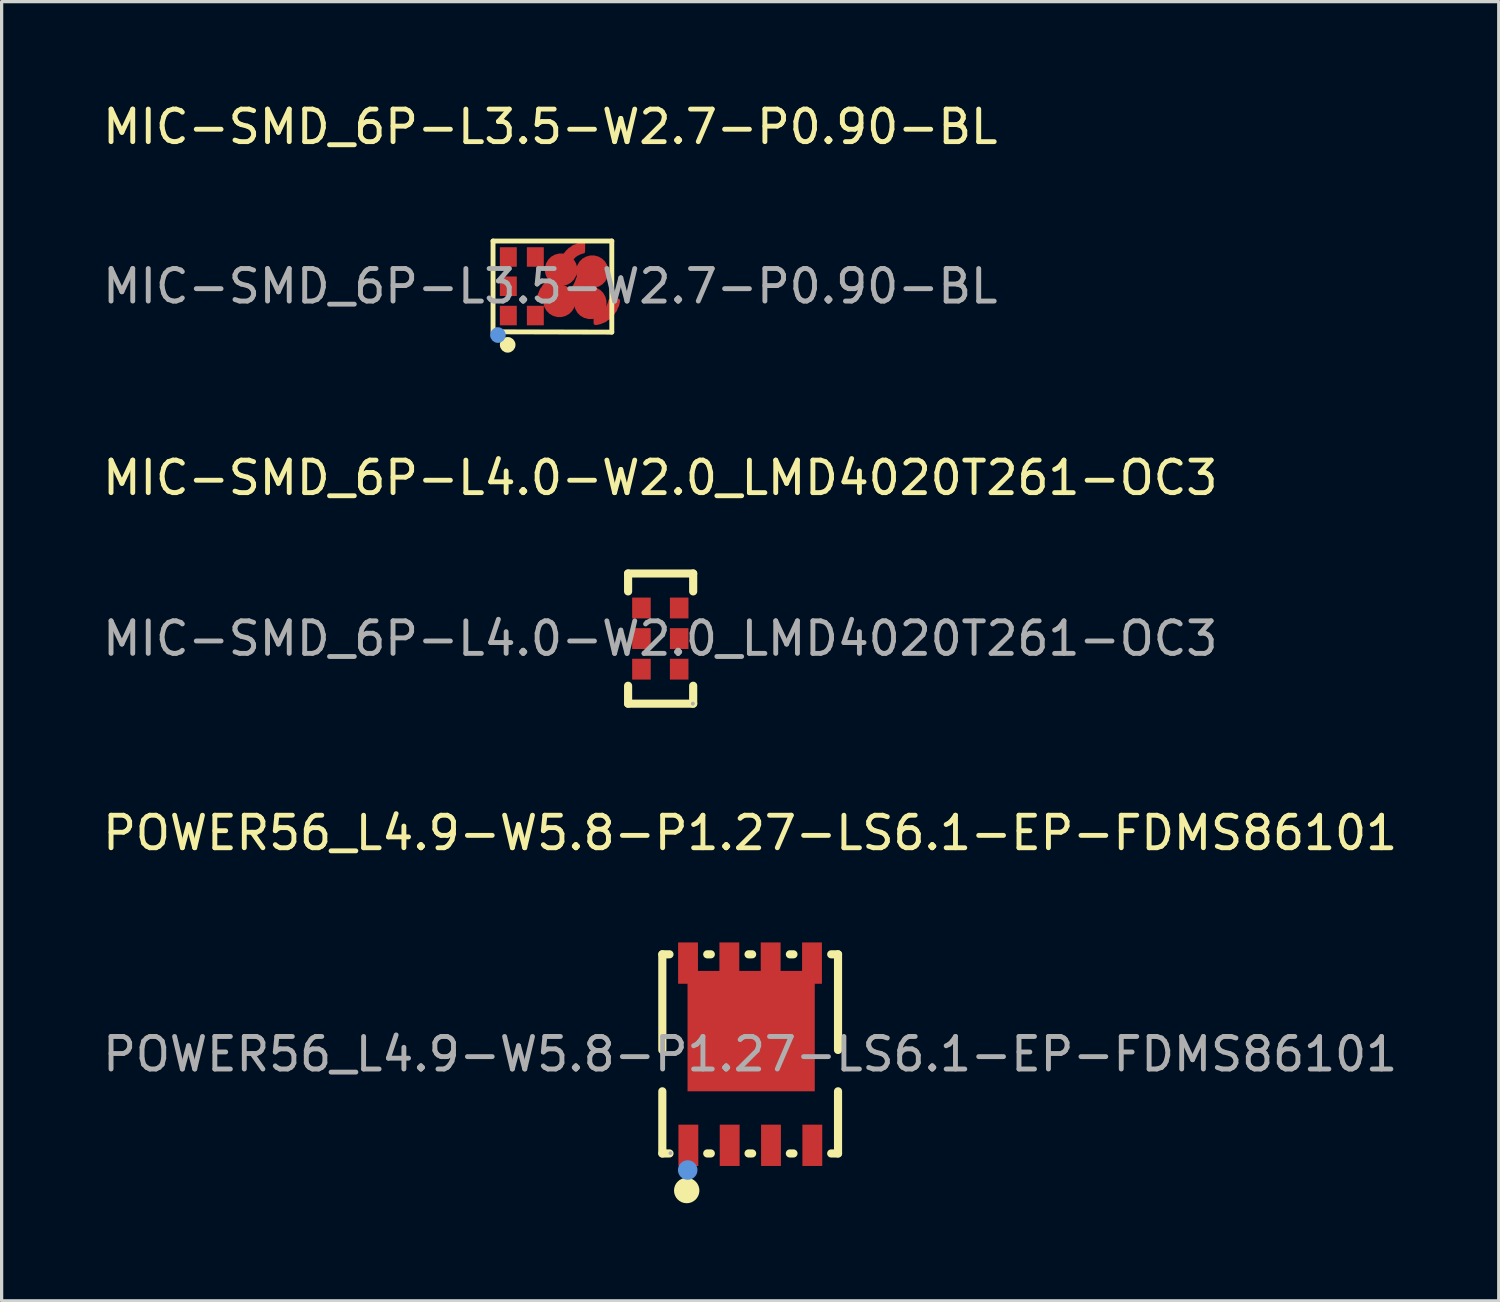
<source format=kicad_pcb>
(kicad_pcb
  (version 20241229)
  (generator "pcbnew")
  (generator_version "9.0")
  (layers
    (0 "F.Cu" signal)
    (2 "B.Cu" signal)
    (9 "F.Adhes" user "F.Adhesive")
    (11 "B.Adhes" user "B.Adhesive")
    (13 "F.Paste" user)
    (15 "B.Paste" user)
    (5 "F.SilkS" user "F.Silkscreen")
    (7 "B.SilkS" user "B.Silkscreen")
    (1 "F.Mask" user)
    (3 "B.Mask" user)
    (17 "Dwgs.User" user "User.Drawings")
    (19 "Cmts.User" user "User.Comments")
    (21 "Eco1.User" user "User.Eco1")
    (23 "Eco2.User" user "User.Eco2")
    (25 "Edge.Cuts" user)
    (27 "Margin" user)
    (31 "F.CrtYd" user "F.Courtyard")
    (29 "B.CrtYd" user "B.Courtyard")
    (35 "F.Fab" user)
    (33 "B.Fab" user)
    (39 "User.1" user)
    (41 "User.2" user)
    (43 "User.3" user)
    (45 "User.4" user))
  (footprint "MIC-SMD_6P-L4.0-W2.0_LMD4020T261-OC3"
    (layer "F.Cu")
    (at 17.244 16.576)
    (property "Reference" "MIC-SMD_6P-L4.0-W2.0_LMD4020T261-OC3" (at 0 -4.94 0) (layer "F.SilkS") (effects (font (size 1 1) (thickness 0.15))))
    (attr smd)
    (fp_line (start -0.99 -2) (end -0.99 -1.45) (stroke (width 0.25) (type solid)) (layer "F.SilkS"))
    (fp_line (start -0.99 -2) (end 1.01 -2) (stroke (width 0.25) (type solid)) (layer "F.SilkS"))
    (fp_line (start -0.99 2) (end -0.99 1.45) (stroke (width 0.25) (type solid)) (layer "F.SilkS"))
    (fp_line (start 1.01 -2) (end 1.01 -1.45) (stroke (width 0.25) (type solid)) (layer "F.SilkS"))
    (fp_line (start 1.01 1.45) (end 1.01 2) (stroke (width 0.25) (type solid)) (layer "F.SilkS"))
    (fp_line (start 1.01 2) (end -0.99 2) (stroke (width 0.25) (type solid)) (layer "F.SilkS"))
    (fp_circle (center 1 2) (end 1.03 2) (stroke (width 0.06) (type solid)) (fill no) (layer "F.Fab"))
    (fp_text user "${REFERENCE}" (at 0 0 0) (layer "F.Fab") (effects (font (size 1 1) (thickness 0.15))))
    (pad "1" smd rect (at 0.58 0.94) (size 0.57 0.64) (layers "F.Cu" "F.Mask" "F.Paste"))
    (pad "2" smd rect (at 0.58 0) (size 0.57 0.64) (layers "F.Cu" "F.Mask" "F.Paste"))
    (pad "3" smd rect (at 0.58 -0.94) (size 0.57 0.64) (layers "F.Cu" "F.Mask" "F.Paste"))
    (pad "4" smd rect (at -0.58 -0.94) (size 0.57 0.64) (layers "F.Cu" "F.Mask" "F.Paste"))
    (pad "5" smd rect (at -0.58 0) (size 0.57 0.64) (layers "F.Cu" "F.Mask" "F.Paste"))
    (pad "6" smd rect (at -0.58 0.94) (size 0.57 0.64) (layers "F.Cu" "F.Mask" "F.Paste")))
  (footprint "MIC-SMD_6P-L3.5-W2.7-P0.90-BL"
    (layer "F.Cu")
    (at 13.863 5.748)
    (property "Reference" "MIC-SMD_6P-L3.5-W2.7-P0.90-BL" (at 0 -4.9 0) (layer "F.SilkS") (effects (font (size 1 1) (thickness 0.15))))
    (attr smd)
    (fp_line (start -1.76 -1.39) (end -1.76 1.41) (stroke (width 0.15) (type solid)) (layer "F.SilkS"))
    (fp_line (start -1.76 -1.39) (end 1.89 -1.39) (stroke (width 0.15) (type solid)) (layer "F.SilkS"))
    (fp_line (start 1.89 -1.39) (end 1.89 1.41) (stroke (width 0.15) (type solid)) (layer "F.SilkS"))
    (fp_line (start 1.89 1.41) (end -1.71 1.4) (stroke (width 0.15) (type solid)) (layer "F.SilkS"))
    (fp_circle (center -1.31 1.8) (end -1.19 1.8) (stroke (width 0.24) (type solid)) (fill no) (layer "F.SilkS"))
    (fp_circle (center -1.61 1.5) (end -1.49 1.5) (stroke (width 0.24) (type solid)) (fill no) (layer "Cmts.User"))
    (fp_circle (center -1.67 1.33) (end -1.64 1.33) (stroke (width 0.06) (type solid)) (fill no) (layer "F.Fab"))
    (fp_text user "${REFERENCE}" (at 0 0 0) (layer "F.Fab") (effects (font (size 1 1) (thickness 0.15))))
    (pad "1" smd rect (at -1.29 0.9 90) (size 0.6 0.52) (layers "F.Cu" "F.Mask" "F.Paste"))
    (pad "2" smd rect (at -0.46 0.9 90) (size 0.6 0.52) (layers "F.Cu" "F.Mask" "F.Paste"))
    (pad "3" smd custom (at 0.28 0.45 90) (size 1 1) (layers "F.Cu" "F.Mask" "F.Paste") (options (anchor circle)) (primitives (gr_poly (pts (xy 0.69 0.81) (xy 0.69 0.56) (xy 0.65 0.55) (xy 0.62 0.54) (xy 0.59 0.53) (xy 0.56 0.52) (xy 0.53 0.5) (xy 0.5 0.49) (xy 0.47 0.47) (xy 0.44 0.45) (xy 0.41 0.43) (xy 0.39 0.4) (xy 0.36 0.38) (xy 0.34 0.35) (xy 0.32 0.32) (xy 0.3 0.29) (xy 0.29 0.26) (xy 0.27 0.23) (xy 0.26 0.2) (xy 0.25 0.17) (xy 0.24 0.14) (xy 0.23 0.1) (xy -0.02 0.1) (xy -0.02 0.14) (xy -0.01 0.19) (xy 0 0.23) (xy 0.02 0.27) (xy 0.03 0.3) (xy 0.05 0.34) (xy 0.06 0.38) (xy 0.08 0.42) (xy 0.11 0.45) (xy 0.13 0.49) (xy 0.16 0.52) (xy 0.18 0.55) (xy 0.21 0.58) (xy 0.24 0.61) (xy 0.27 0.64) (xy 0.31 0.66) (xy 0.34 0.68) (xy 0.37 0.71) (xy 0.41 0.73) (xy 0.45 0.74) (xy 0.49 0.76) (xy 0.53 0.78) (xy 0.56 0.79) (xy 0.61 0.8) (xy 0.65 0.81) (xy 0.69 0.81)) (width 0.1) (fill yes))))
    (pad "3" smd custom (at 0.33 -0.51) (size 1 1) (layers "F.Cu" "F.Mask" "F.Paste") (options (anchor circle)) (primitives (gr_poly (pts (xy -0.02 -0.09) (xy 0.23 -0.09) (xy 0.24 -0.13) (xy 0.25 -0.16) (xy 0.26 -0.19) (xy 0.27 -0.22) (xy 0.29 -0.25) (xy 0.3 -0.28) (xy 0.32 -0.31) (xy 0.34 -0.34) (xy 0.36 -0.37) (xy 0.39 -0.39) (xy 0.41 -0.42) (xy 0.44 -0.44) (xy 0.47 -0.46) (xy 0.5 -0.48) (xy 0.53 -0.49) (xy 0.56 -0.51) (xy 0.59 -0.52) (xy 0.62 -0.53) (xy 0.65 -0.54) (xy 0.69 -0.55) (xy 0.69 -0.8) (xy 0.65 -0.8) (xy 0.61 -0.79) (xy 0.56 -0.78) (xy 0.53 -0.77) (xy 0.49 -0.75) (xy 0.45 -0.73) (xy 0.41 -0.72) (xy 0.37 -0.7) (xy 0.34 -0.67) (xy 0.31 -0.65) (xy 0.27 -0.63) (xy 0.24 -0.6) (xy 0.21 -0.57) (xy 0.18 -0.54) (xy 0.16 -0.51) (xy 0.13 -0.48) (xy 0.11 -0.44) (xy 0.08 -0.41) (xy 0.06 -0.37) (xy 0.05 -0.33) (xy 0.03 -0.29) (xy 0.02 -0.26) (xy 0 -0.22) (xy -0.01 -0.18) (xy -0.02 -0.13) (xy -0.02 -0.09)) (width 0.1) (fill yes))))
    (pad "3" smd custom (at 1.23 0.51 180) (size 1 1) (layers "F.Cu" "F.Mask" "F.Paste") (options (anchor circle)) (primitives (gr_poly (pts (xy 1.59 0.1) (xy 1.34 0.1) (xy 1.33 0.14) (xy 1.32 0.17) (xy 1.31 0.2) (xy 1.3 0.23) (xy 1.28 0.26) (xy 1.27 0.29) (xy 1.25 0.32) (xy 1.23 0.35) (xy 1.21 0.38) (xy 1.18 0.4) (xy 1.16 0.43) (xy 1.13 0.45) (xy 1.1 0.47) (xy 1.08 0.49) (xy 1.05 0.5) (xy 1.01 0.52) (xy 0.98 0.53) (xy 0.95 0.54) (xy 0.92 0.55) (xy 0.88 0.56) (xy 0.88 0.81) (xy 0.93 0.81) (xy 0.97 0.8) (xy 1.01 0.79) (xy 1.05 0.78) (xy 1.08 0.76) (xy 1.12 0.74) (xy 1.16 0.73) (xy 1.2 0.71) (xy 1.23 0.68) (xy 1.27 0.66) (xy 1.3 0.64) (xy 1.33 0.61) (xy 1.36 0.58) (xy 1.39 0.55) (xy 1.42 0.52) (xy 1.44 0.49) (xy 1.46 0.45) (xy 1.49 0.42) (xy 1.51 0.38) (xy 1.53 0.34) (xy 1.54 0.3) (xy 1.56 0.27) (xy 1.57 0.23) (xy 1.58 0.19) (xy 1.59 0.14) (xy 1.59 0.1)) (width 0.1) (fill yes))))
    (pad "3" smd custom (at 1.29 -0.45 270) (size 1 1) (layers "F.Cu" "F.Mask" "F.Paste") (options (anchor circle)) (primitives (gr_poly (pts (xy 0.88 -0.8) (xy 0.88 -0.55) (xy 0.92 -0.54) (xy 0.95 -0.53) (xy 0.98 -0.52) (xy 1.01 -0.51) (xy 1.05 -0.49) (xy 1.08 -0.48) (xy 1.1 -0.46) (xy 1.13 -0.44) (xy 1.16 -0.42) (xy 1.18 -0.39) (xy 1.21 -0.37) (xy 1.23 -0.34) (xy 1.25 -0.31) (xy 1.27 -0.28) (xy 1.28 -0.25) (xy 1.3 -0.22) (xy 1.31 -0.19) (xy 1.32 -0.16) (xy 1.33 -0.13) (xy 1.34 -0.09) (xy 1.59 -0.09) (xy 1.59 -0.13) (xy 1.58 -0.18) (xy 1.57 -0.22) (xy 1.56 -0.26) (xy 1.54 -0.29) (xy 1.53 -0.33) (xy 1.51 -0.37) (xy 1.49 -0.41) (xy 1.46 -0.44) (xy 1.44 -0.48) (xy 1.42 -0.51) (xy 1.39 -0.54) (xy 1.36 -0.57) (xy 1.33 -0.6) (xy 1.3 -0.63) (xy 1.27 -0.65) (xy 1.23 -0.67) (xy 1.2 -0.7) (xy 1.16 -0.72) (xy 1.12 -0.73) (xy 1.08 -0.75) (xy 1.05 -0.77) (xy 1.01 -0.78) (xy 0.97 -0.79) (xy 0.93 -0.8) (xy 0.88 -0.8)) (width 0.1) (fill yes))))
    (pad "4" smd rect (at -0.46 -0.9 90) (size 0.6 0.52) (layers "F.Cu" "F.Mask" "F.Paste"))
    (pad "5" smd rect (at -1.29 -0.9 90) (size 0.6 0.52) (layers "F.Cu" "F.Mask" "F.Paste"))
    (pad "6" smd rect (at -1.29 0 90) (size 0.6 0.52) (layers "F.Cu" "F.Mask" "F.Paste")))
  (footprint "POWER56_L4.9-W5.8-P1.27-LS6.1-EP-FDMS86101"
    (layer "F.Cu")
    (at 20.006 29.35)
    (property "Reference" "POWER56_L4.9-W5.8-P1.27-LS6.1-EP-FDMS86101" (at 0 -6.8 0) (layer "F.SilkS") (effects (font (size 1 1) (thickness 0.15))))
    (attr smd)
    (fp_line (start -2.7 -3.07) (end -2.7 -0.13) (stroke (width 0.25) (type solid)) (layer "F.SilkS"))
    (fp_line (start -2.7 -3.07) (end -2.48 -3.07) (stroke (width 0.25) (type solid)) (layer "F.SilkS"))
    (fp_line (start -2.7 1.14) (end -2.7 3.05) (stroke (width 0.25) (type solid)) (layer "F.SilkS"))
    (fp_line (start -2.7 3.05) (end -2.48 3.05) (stroke (width 0.25) (type solid)) (layer "F.SilkS"))
    (fp_line (start -1.32 -3.07) (end -1.21 -3.07) (stroke (width 0.25) (type solid)) (layer "F.SilkS"))
    (fp_line (start -1.32 3.05) (end -1.21 3.05) (stroke (width 0.25) (type solid)) (layer "F.SilkS"))
    (fp_line (start -0.05 -3.07) (end 0.06 -3.07) (stroke (width 0.25) (type solid)) (layer "F.SilkS"))
    (fp_line (start -0.05 3.05) (end 0.06 3.05) (stroke (width 0.25) (type solid)) (layer "F.SilkS"))
    (fp_line (start 1.22 -3.07) (end 1.33 -3.07) (stroke (width 0.25) (type solid)) (layer "F.SilkS"))
    (fp_line (start 1.22 3.05) (end 1.33 3.05) (stroke (width 0.25) (type solid)) (layer "F.SilkS"))
    (fp_line (start 2.49 -3.07) (end 2.7 -3.07) (stroke (width 0.25) (type solid)) (layer "F.SilkS"))
    (fp_line (start 2.49 3.05) (end 2.7 3.05) (stroke (width 0.25) (type solid)) (layer "F.SilkS"))
    (fp_line (start 2.7 -3.07) (end 2.7 -0.13) (stroke (width 0.25) (type solid)) (layer "F.SilkS"))
    (fp_line (start 2.7 1.14) (end 2.7 3.05) (stroke (width 0.25) (type solid)) (layer "F.SilkS"))
    (fp_arc (start -1.94 4) (mid -1.955239 4.380191) (end -1.949526 3.999738) (stroke (width 0.4) (type solid)) (layer "F.SilkS"))
    (fp_circle (center -1.92 3.56) (end -1.77 3.56) (stroke (width 0.3) (type solid)) (fill no) (layer "Cmts.User"))
    (fp_circle (center -2.45 3.04) (end -2.42 3.04) (stroke (width 0.06) (type solid)) (fill no) (layer "F.Fab"))
    (fp_text user "${REFERENCE}" (at 0 0 0) (layer "F.Fab") (effects (font (size 1 1) (thickness 0.15))))
    (pad "1" smd rect (at -1.9 2.8) (size 0.61 1.27) (layers "F.Cu" "F.Mask" "F.Paste"))
    (pad "2" smd rect (at -0.63 2.8) (size 0.61 1.27) (layers "F.Cu" "F.Mask" "F.Paste"))
    (pad "3" smd rect (at 0.64 2.8) (size 0.61 1.27) (layers "F.Cu" "F.Mask" "F.Paste"))
    (pad "4" smd rect (at 1.91 2.8) (size 0.61 1.27) (layers "F.Cu" "F.Mask" "F.Paste"))
    (pad "5" smd rect (at 1.9 -2.8) (size 0.61 1.27) (layers "F.Cu" "F.Mask" "F.Paste"))
    (pad "6" smd rect (at 0.63 -2.8) (size 0.61 1.27) (layers "F.Cu" "F.Mask" "F.Paste"))
    (pad "7" smd rect (at -0.64 -2.8) (size 0.61 1.27) (layers "F.Cu" "F.Mask" "F.Paste"))
    (pad "8" smd rect (at -1.91 -2.8) (size 0.61 1.27) (layers "F.Cu" "F.Mask" "F.Paste"))
    (pad "9" smd rect (at 0.03 -0.71) (size 3.91 3.7) (layers "F.Cu" "F.Mask" "F.Paste")))
  (gr_rect
    (start -3 -3)
    (end 43.012 36.93)
    (stroke (width 0.1) (type default))
    (fill no)
    (layer "Edge.Cuts")))
</source>
